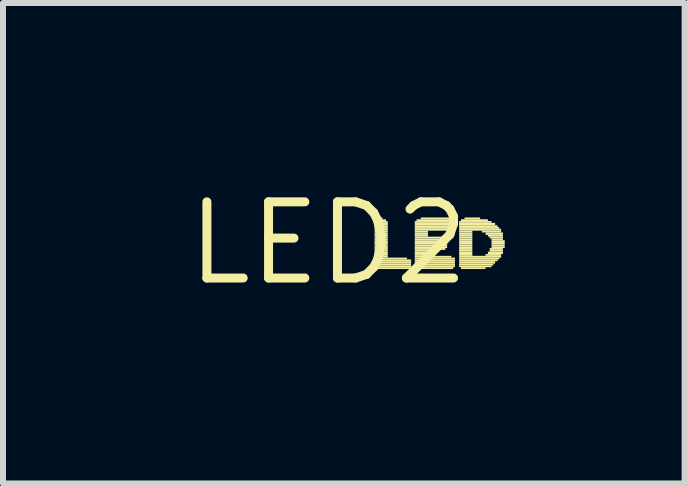
<source format=kicad_pcb>
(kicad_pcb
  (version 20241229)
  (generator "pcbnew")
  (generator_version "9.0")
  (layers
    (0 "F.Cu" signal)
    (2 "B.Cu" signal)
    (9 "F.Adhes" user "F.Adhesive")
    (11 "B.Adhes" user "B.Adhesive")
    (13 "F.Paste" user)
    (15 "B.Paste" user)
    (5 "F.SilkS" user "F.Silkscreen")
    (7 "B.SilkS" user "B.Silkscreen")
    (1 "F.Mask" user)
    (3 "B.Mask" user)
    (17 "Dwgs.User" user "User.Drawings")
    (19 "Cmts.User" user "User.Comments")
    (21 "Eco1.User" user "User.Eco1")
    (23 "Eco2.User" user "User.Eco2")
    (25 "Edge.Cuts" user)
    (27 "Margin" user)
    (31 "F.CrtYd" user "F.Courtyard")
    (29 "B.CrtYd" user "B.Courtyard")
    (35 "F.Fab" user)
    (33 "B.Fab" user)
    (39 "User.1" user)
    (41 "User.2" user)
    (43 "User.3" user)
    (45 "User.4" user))
  (footprint "LED2"
    (layer "F.Cu")
    (at 2.426 1.006)
    (property "Reference" "LED2" (at 0 0 0) (layer "F.SilkS") (effects (font (size 1.27 1.27) (thickness 0.15))))
    (fp_poly (pts (xy 0.77 -0.34) (xy 0.99 -0.34) (xy 0.99 -0.37) (xy 0.77 -0.37)) (stroke (width 0) (type default)) (fill yes) (layer "F.SilkS"))
    (fp_poly (pts (xy 0.77 -0.3) (xy 0.99 -0.3) (xy 0.99 -0.34) (xy 0.77 -0.34)) (stroke (width 0) (type default)) (fill yes) (layer "F.SilkS"))
    (fp_poly (pts (xy 0.77 -0.27) (xy 0.99 -0.27) (xy 0.99 -0.3) (xy 0.77 -0.3)) (stroke (width 0) (type default)) (fill yes) (layer "F.SilkS"))
    (fp_poly (pts (xy 0.77 -0.24) (xy 0.99 -0.24) (xy 0.99 -0.27) (xy 0.77 -0.27)) (stroke (width 0) (type default)) (fill yes) (layer "F.SilkS"))
    (fp_poly (pts (xy 0.77 -0.21) (xy 0.99 -0.21) (xy 0.99 -0.24) (xy 0.77 -0.24)) (stroke (width 0) (type default)) (fill yes) (layer "F.SilkS"))
    (fp_poly (pts (xy 0.77 -0.18) (xy 0.99 -0.18) (xy 0.99 -0.21) (xy 0.77 -0.21)) (stroke (width 0) (type default)) (fill yes) (layer "F.SilkS"))
    (fp_poly (pts (xy 0.77 -0.14) (xy 0.99 -0.14) (xy 0.99 -0.18) (xy 0.77 -0.18)) (stroke (width 0) (type default)) (fill yes) (layer "F.SilkS"))
    (fp_poly (pts (xy 0.77 -0.11) (xy 0.99 -0.11) (xy 0.99 -0.14) (xy 0.77 -0.14)) (stroke (width 0) (type default)) (fill yes) (layer "F.SilkS"))
    (fp_poly (pts (xy 0.77 -0.08) (xy 0.99 -0.08) (xy 0.99 -0.11) (xy 0.77 -0.11)) (stroke (width 0) (type default)) (fill yes) (layer "F.SilkS"))
    (fp_poly (pts (xy 0.77 -0.05) (xy 0.99 -0.05) (xy 0.99 -0.08) (xy 0.77 -0.08)) (stroke (width 0) (type default)) (fill yes) (layer "F.SilkS"))
    (fp_poly (pts (xy 0.77 -0.02) (xy 0.99 -0.02) (xy 0.99 -0.05) (xy 0.77 -0.05)) (stroke (width 0) (type default)) (fill yes) (layer "F.SilkS"))
    (fp_poly (pts (xy 0.77 0.02) (xy 0.99 0.02) (xy 0.99 -0.02) (xy 0.77 -0.02)) (stroke (width 0) (type default)) (fill yes) (layer "F.SilkS"))
    (fp_poly (pts (xy 0.77 0.05) (xy 0.99 0.05) (xy 0.99 0.02) (xy 0.77 0.02)) (stroke (width 0) (type default)) (fill yes) (layer "F.SilkS"))
    (fp_poly (pts (xy 0.77 0.08) (xy 0.99 0.08) (xy 0.99 0.05) (xy 0.77 0.05)) (stroke (width 0) (type default)) (fill yes) (layer "F.SilkS"))
    (fp_poly (pts (xy 0.77 0.11) (xy 0.99 0.11) (xy 0.99 0.08) (xy 0.77 0.08)) (stroke (width 0) (type default)) (fill yes) (layer "F.SilkS"))
    (fp_poly (pts (xy 0.77 0.14) (xy 0.99 0.14) (xy 0.99 0.11) (xy 0.77 0.11)) (stroke (width 0) (type default)) (fill yes) (layer "F.SilkS"))
    (fp_poly (pts (xy 0.77 0.18) (xy 0.99 0.18) (xy 0.99 0.14) (xy 0.77 0.14)) (stroke (width 0) (type default)) (fill yes) (layer "F.SilkS"))
    (fp_poly (pts (xy 0.77 0.21) (xy 0.99 0.21) (xy 0.99 0.18) (xy 0.77 0.18)) (stroke (width 0) (type default)) (fill yes) (layer "F.SilkS"))
    (fp_poly (pts (xy 0.77 0.24) (xy 0.99 0.24) (xy 0.99 0.21) (xy 0.77 0.21)) (stroke (width 0) (type default)) (fill yes) (layer "F.SilkS"))
    (fp_poly (pts (xy 0.77 0.27) (xy 1.31 0.27) (xy 1.31 0.24) (xy 0.77 0.24)) (stroke (width 0) (type default)) (fill yes) (layer "F.SilkS"))
    (fp_poly (pts (xy 0.77 0.3) (xy 1.38 0.3) (xy 1.38 0.27) (xy 0.77 0.27)) (stroke (width 0) (type default)) (fill yes) (layer "F.SilkS"))
    (fp_poly (pts (xy 0.77 0.34) (xy 1.38 0.34) (xy 1.38 0.3) (xy 0.77 0.3)) (stroke (width 0) (type default)) (fill yes) (layer "F.SilkS"))
    (fp_poly (pts (xy 0.77 0.37) (xy 1.38 0.37) (xy 1.38 0.34) (xy 0.77 0.34)) (stroke (width 0) (type default)) (fill yes) (layer "F.SilkS"))
    (fp_poly (pts (xy 0.77 0.4) (xy 1.38 0.4) (xy 1.38 0.37) (xy 0.77 0.37)) (stroke (width 0) (type default)) (fill yes) (layer "F.SilkS"))
    (fp_poly (pts (xy 0.8 -0.37) (xy 0.96 -0.37) (xy 0.96 -0.4) (xy 0.8 -0.4)) (stroke (width 0) (type default)) (fill yes) (layer "F.SilkS"))
    (fp_poly (pts (xy 0.8 0.43) (xy 1.38 0.43) (xy 1.38 0.4) (xy 0.8 0.4)) (stroke (width 0) (type default)) (fill yes) (layer "F.SilkS"))
    (fp_poly (pts (xy 0.86 -0.4) (xy 0.9 -0.4) (xy 0.9 -0.43) (xy 0.86 -0.43)) (stroke (width 0) (type default)) (fill yes) (layer "F.SilkS"))
    (fp_poly (pts (xy 1.44 -0.34) (xy 2.11 -0.34) (xy 2.11 -0.37) (xy 1.44 -0.37)) (stroke (width 0) (type default)) (fill yes) (layer "F.SilkS"))
    (fp_poly (pts (xy 1.44 -0.3) (xy 2.11 -0.3) (xy 2.11 -0.34) (xy 1.44 -0.34)) (stroke (width 0) (type default)) (fill yes) (layer "F.SilkS"))
    (fp_poly (pts (xy 1.44 -0.27) (xy 2.11 -0.27) (xy 2.11 -0.3) (xy 1.44 -0.3)) (stroke (width 0) (type default)) (fill yes) (layer "F.SilkS"))
    (fp_poly (pts (xy 1.44 -0.24) (xy 2.11 -0.24) (xy 2.11 -0.27) (xy 1.44 -0.27)) (stroke (width 0) (type default)) (fill yes) (layer "F.SilkS"))
    (fp_poly (pts (xy 1.44 -0.21) (xy 2.08 -0.21) (xy 2.08 -0.24) (xy 1.44 -0.24)) (stroke (width 0) (type default)) (fill yes) (layer "F.SilkS"))
    (fp_poly (pts (xy 1.44 -0.18) (xy 1.66 -0.18) (xy 1.66 -0.21) (xy 1.44 -0.21)) (stroke (width 0) (type default)) (fill yes) (layer "F.SilkS"))
    (fp_poly (pts (xy 1.44 -0.14) (xy 1.66 -0.14) (xy 1.66 -0.18) (xy 1.44 -0.18)) (stroke (width 0) (type default)) (fill yes) (layer "F.SilkS"))
    (fp_poly (pts (xy 1.44 -0.11) (xy 1.66 -0.11) (xy 1.66 -0.14) (xy 1.44 -0.14)) (stroke (width 0) (type default)) (fill yes) (layer "F.SilkS"))
    (fp_poly (pts (xy 1.44 -0.08) (xy 1.92 -0.08) (xy 1.92 -0.11) (xy 1.44 -0.11)) (stroke (width 0) (type default)) (fill yes) (layer "F.SilkS"))
    (fp_poly (pts (xy 1.44 -0.05) (xy 1.98 -0.05) (xy 1.98 -0.08) (xy 1.44 -0.08)) (stroke (width 0) (type default)) (fill yes) (layer "F.SilkS"))
    (fp_poly (pts (xy 1.44 -0.02) (xy 1.98 -0.02) (xy 1.98 -0.05) (xy 1.44 -0.05)) (stroke (width 0) (type default)) (fill yes) (layer "F.SilkS"))
    (fp_poly (pts (xy 1.44 0.02) (xy 1.98 0.02) (xy 1.98 -0.02) (xy 1.44 -0.02)) (stroke (width 0) (type default)) (fill yes) (layer "F.SilkS"))
    (fp_poly (pts (xy 1.44 0.05) (xy 1.98 0.05) (xy 1.98 0.02) (xy 1.44 0.02)) (stroke (width 0) (type default)) (fill yes) (layer "F.SilkS"))
    (fp_poly (pts (xy 1.44 0.08) (xy 1.98 0.08) (xy 1.98 0.05) (xy 1.44 0.05)) (stroke (width 0) (type default)) (fill yes) (layer "F.SilkS"))
    (fp_poly (pts (xy 1.44 0.11) (xy 1.95 0.11) (xy 1.95 0.08) (xy 1.44 0.08)) (stroke (width 0) (type default)) (fill yes) (layer "F.SilkS"))
    (fp_poly (pts (xy 1.44 0.14) (xy 1.66 0.14) (xy 1.66 0.11) (xy 1.44 0.11)) (stroke (width 0) (type default)) (fill yes) (layer "F.SilkS"))
    (fp_poly (pts (xy 1.44 0.18) (xy 1.66 0.18) (xy 1.66 0.14) (xy 1.44 0.14)) (stroke (width 0) (type default)) (fill yes) (layer "F.SilkS"))
    (fp_poly (pts (xy 1.44 0.21) (xy 1.66 0.21) (xy 1.66 0.18) (xy 1.44 0.18)) (stroke (width 0) (type default)) (fill yes) (layer "F.SilkS"))
    (fp_poly (pts (xy 1.44 0.24) (xy 2.05 0.24) (xy 2.05 0.21) (xy 1.44 0.21)) (stroke (width 0) (type default)) (fill yes) (layer "F.SilkS"))
    (fp_poly (pts (xy 1.44 0.27) (xy 2.11 0.27) (xy 2.11 0.24) (xy 1.44 0.24)) (stroke (width 0) (type default)) (fill yes) (layer "F.SilkS"))
    (fp_poly (pts (xy 1.44 0.3) (xy 2.11 0.3) (xy 2.11 0.27) (xy 1.44 0.27)) (stroke (width 0) (type default)) (fill yes) (layer "F.SilkS"))
    (fp_poly (pts (xy 1.44 0.34) (xy 2.11 0.34) (xy 2.11 0.3) (xy 1.44 0.3)) (stroke (width 0) (type default)) (fill yes) (layer "F.SilkS"))
    (fp_poly (pts (xy 1.44 0.37) (xy 2.11 0.37) (xy 2.11 0.34) (xy 1.44 0.34)) (stroke (width 0) (type default)) (fill yes) (layer "F.SilkS"))
    (fp_poly (pts (xy 1.44 0.4) (xy 2.11 0.4) (xy 2.11 0.37) (xy 1.44 0.37)) (stroke (width 0) (type default)) (fill yes) (layer "F.SilkS"))
    (fp_poly (pts (xy 1.47 -0.37) (xy 2.11 -0.37) (xy 2.11 -0.4) (xy 1.47 -0.4)) (stroke (width 0) (type default)) (fill yes) (layer "F.SilkS"))
    (fp_poly (pts (xy 1.47 0.43) (xy 2.08 0.43) (xy 2.08 0.4) (xy 1.47 0.4)) (stroke (width 0) (type default)) (fill yes) (layer "F.SilkS"))
    (fp_poly (pts (xy 1.54 -0.4) (xy 2.05 -0.4) (xy 2.05 -0.43) (xy 1.54 -0.43)) (stroke (width 0) (type default)) (fill yes) (layer "F.SilkS"))
    (fp_poly (pts (xy 2.18 -0.34) (xy 2.72 -0.34) (xy 2.72 -0.37) (xy 2.18 -0.37)) (stroke (width 0) (type default)) (fill yes) (layer "F.SilkS"))
    (fp_poly (pts (xy 2.18 -0.3) (xy 2.78 -0.3) (xy 2.78 -0.34) (xy 2.18 -0.34)) (stroke (width 0) (type default)) (fill yes) (layer "F.SilkS"))
    (fp_poly (pts (xy 2.18 -0.27) (xy 2.82 -0.27) (xy 2.82 -0.3) (xy 2.18 -0.3)) (stroke (width 0) (type default)) (fill yes) (layer "F.SilkS"))
    (fp_poly (pts (xy 2.18 -0.24) (xy 2.85 -0.24) (xy 2.85 -0.27) (xy 2.18 -0.27)) (stroke (width 0) (type default)) (fill yes) (layer "F.SilkS"))
    (fp_poly (pts (xy 2.18 -0.21) (xy 2.88 -0.21) (xy 2.88 -0.24) (xy 2.18 -0.24)) (stroke (width 0) (type default)) (fill yes) (layer "F.SilkS"))
    (fp_poly (pts (xy 2.18 -0.18) (xy 2.4 -0.18) (xy 2.4 -0.21) (xy 2.18 -0.21)) (stroke (width 0) (type default)) (fill yes) (layer "F.SilkS"))
    (fp_poly (pts (xy 2.18 -0.14) (xy 2.4 -0.14) (xy 2.4 -0.18) (xy 2.18 -0.18)) (stroke (width 0) (type default)) (fill yes) (layer "F.SilkS"))
    (fp_poly (pts (xy 2.18 -0.11) (xy 2.4 -0.11) (xy 2.4 -0.14) (xy 2.18 -0.14)) (stroke (width 0) (type default)) (fill yes) (layer "F.SilkS"))
    (fp_poly (pts (xy 2.18 -0.08) (xy 2.4 -0.08) (xy 2.4 -0.11) (xy 2.18 -0.11)) (stroke (width 0) (type default)) (fill yes) (layer "F.SilkS"))
    (fp_poly (pts (xy 2.18 -0.05) (xy 2.4 -0.05) (xy 2.4 -0.08) (xy 2.18 -0.08)) (stroke (width 0) (type default)) (fill yes) (layer "F.SilkS"))
    (fp_poly (pts (xy 2.18 -0.02) (xy 2.4 -0.02) (xy 2.4 -0.05) (xy 2.18 -0.05)) (stroke (width 0) (type default)) (fill yes) (layer "F.SilkS"))
    (fp_poly (pts (xy 2.18 0.02) (xy 2.4 0.02) (xy 2.4 -0.02) (xy 2.18 -0.02)) (stroke (width 0) (type default)) (fill yes) (layer "F.SilkS"))
    (fp_poly (pts (xy 2.18 0.05) (xy 2.4 0.05) (xy 2.4 0.02) (xy 2.18 0.02)) (stroke (width 0) (type default)) (fill yes) (layer "F.SilkS"))
    (fp_poly (pts (xy 2.18 0.08) (xy 2.4 0.08) (xy 2.4 0.05) (xy 2.18 0.05)) (stroke (width 0) (type default)) (fill yes) (layer "F.SilkS"))
    (fp_poly (pts (xy 2.18 0.11) (xy 2.4 0.11) (xy 2.4 0.08) (xy 2.18 0.08)) (stroke (width 0) (type default)) (fill yes) (layer "F.SilkS"))
    (fp_poly (pts (xy 2.18 0.14) (xy 2.4 0.14) (xy 2.4 0.11) (xy 2.18 0.11)) (stroke (width 0) (type default)) (fill yes) (layer "F.SilkS"))
    (fp_poly (pts (xy 2.18 0.18) (xy 2.4 0.18) (xy 2.4 0.14) (xy 2.18 0.14)) (stroke (width 0) (type default)) (fill yes) (layer "F.SilkS"))
    (fp_poly (pts (xy 2.18 0.21) (xy 2.4 0.21) (xy 2.4 0.18) (xy 2.18 0.18)) (stroke (width 0) (type default)) (fill yes) (layer "F.SilkS"))
    (fp_poly (pts (xy 2.18 0.24) (xy 2.88 0.24) (xy 2.88 0.21) (xy 2.18 0.21)) (stroke (width 0) (type default)) (fill yes) (layer "F.SilkS"))
    (fp_poly (pts (xy 2.18 0.27) (xy 2.85 0.27) (xy 2.85 0.24) (xy 2.18 0.24)) (stroke (width 0) (type default)) (fill yes) (layer "F.SilkS"))
    (fp_poly (pts (xy 2.18 0.3) (xy 2.82 0.3) (xy 2.82 0.27) (xy 2.18 0.27)) (stroke (width 0) (type default)) (fill yes) (layer "F.SilkS"))
    (fp_poly (pts (xy 2.18 0.34) (xy 2.78 0.34) (xy 2.78 0.3) (xy 2.18 0.3)) (stroke (width 0) (type default)) (fill yes) (layer "F.SilkS"))
    (fp_poly (pts (xy 2.18 0.37) (xy 2.75 0.37) (xy 2.75 0.34) (xy 2.18 0.34)) (stroke (width 0) (type default)) (fill yes) (layer "F.SilkS"))
    (fp_poly (pts (xy 2.18 0.4) (xy 2.72 0.4) (xy 2.72 0.37) (xy 2.18 0.37)) (stroke (width 0) (type default)) (fill yes) (layer "F.SilkS"))
    (fp_poly (pts (xy 2.21 -0.37) (xy 2.66 -0.37) (xy 2.66 -0.4) (xy 2.21 -0.4)) (stroke (width 0) (type default)) (fill yes) (layer "F.SilkS"))
    (fp_poly (pts (xy 2.21 0.43) (xy 2.62 0.43) (xy 2.62 0.4) (xy 2.21 0.4)) (stroke (width 0) (type default)) (fill yes) (layer "F.SilkS"))
    (fp_poly (pts (xy 2.27 -0.4) (xy 2.53 -0.4) (xy 2.53 -0.43) (xy 2.27 -0.43)) (stroke (width 0) (type default)) (fill yes) (layer "F.SilkS"))
    (fp_poly (pts (xy 2.56 -0.18) (xy 2.88 -0.18) (xy 2.88 -0.21) (xy 2.56 -0.21)) (stroke (width 0) (type default)) (fill yes) (layer "F.SilkS"))
    (fp_poly (pts (xy 2.62 -0.14) (xy 2.91 -0.14) (xy 2.91 -0.18) (xy 2.62 -0.18)) (stroke (width 0) (type default)) (fill yes) (layer "F.SilkS"))
    (fp_poly (pts (xy 2.62 0.21) (xy 2.88 0.21) (xy 2.88 0.18) (xy 2.62 0.18)) (stroke (width 0) (type default)) (fill yes) (layer "F.SilkS"))
    (fp_poly (pts (xy 2.66 -0.11) (xy 2.91 -0.11) (xy 2.91 -0.14) (xy 2.66 -0.14)) (stroke (width 0) (type default)) (fill yes) (layer "F.SilkS"))
    (fp_poly (pts (xy 2.66 0.18) (xy 2.91 0.18) (xy 2.91 0.14) (xy 2.66 0.14)) (stroke (width 0) (type default)) (fill yes) (layer "F.SilkS"))
    (fp_poly (pts (xy 2.69 -0.08) (xy 2.91 -0.08) (xy 2.91 -0.11) (xy 2.69 -0.11)) (stroke (width 0) (type default)) (fill yes) (layer "F.SilkS"))
    (fp_poly (pts (xy 2.69 0.11) (xy 2.91 0.11) (xy 2.91 0.08) (xy 2.69 0.08)) (stroke (width 0) (type default)) (fill yes) (layer "F.SilkS"))
    (fp_poly (pts (xy 2.69 0.14) (xy 2.91 0.14) (xy 2.91 0.11) (xy 2.69 0.11)) (stroke (width 0) (type default)) (fill yes) (layer "F.SilkS"))
    (fp_poly (pts (xy 2.72 -0.05) (xy 2.91 -0.05) (xy 2.91 -0.08) (xy 2.72 -0.08)) (stroke (width 0) (type default)) (fill yes) (layer "F.SilkS"))
    (fp_poly (pts (xy 2.72 -0.02) (xy 2.94 -0.02) (xy 2.94 -0.05) (xy 2.72 -0.05)) (stroke (width 0) (type default)) (fill yes) (layer "F.SilkS"))
    (fp_poly (pts (xy 2.72 0.02) (xy 2.94 0.02) (xy 2.94 -0.02) (xy 2.72 -0.02)) (stroke (width 0) (type default)) (fill yes) (layer "F.SilkS"))
    (fp_poly (pts (xy 2.72 0.05) (xy 2.94 0.05) (xy 2.94 0.02) (xy 2.72 0.02)) (stroke (width 0) (type default)) (fill yes) (layer "F.SilkS"))
    (fp_poly (pts (xy 2.72 0.08) (xy 2.94 0.08) (xy 2.94 0.05) (xy 2.72 0.05)) (stroke (width 0) (type default)) (fill yes) (layer "F.SilkS")))
  (gr_rect
    (start -3 -3)
    (end 8.366 5.012)
    (stroke (width 0.1) (type default))
    (fill no)
    (layer "Edge.Cuts")))
</source>
